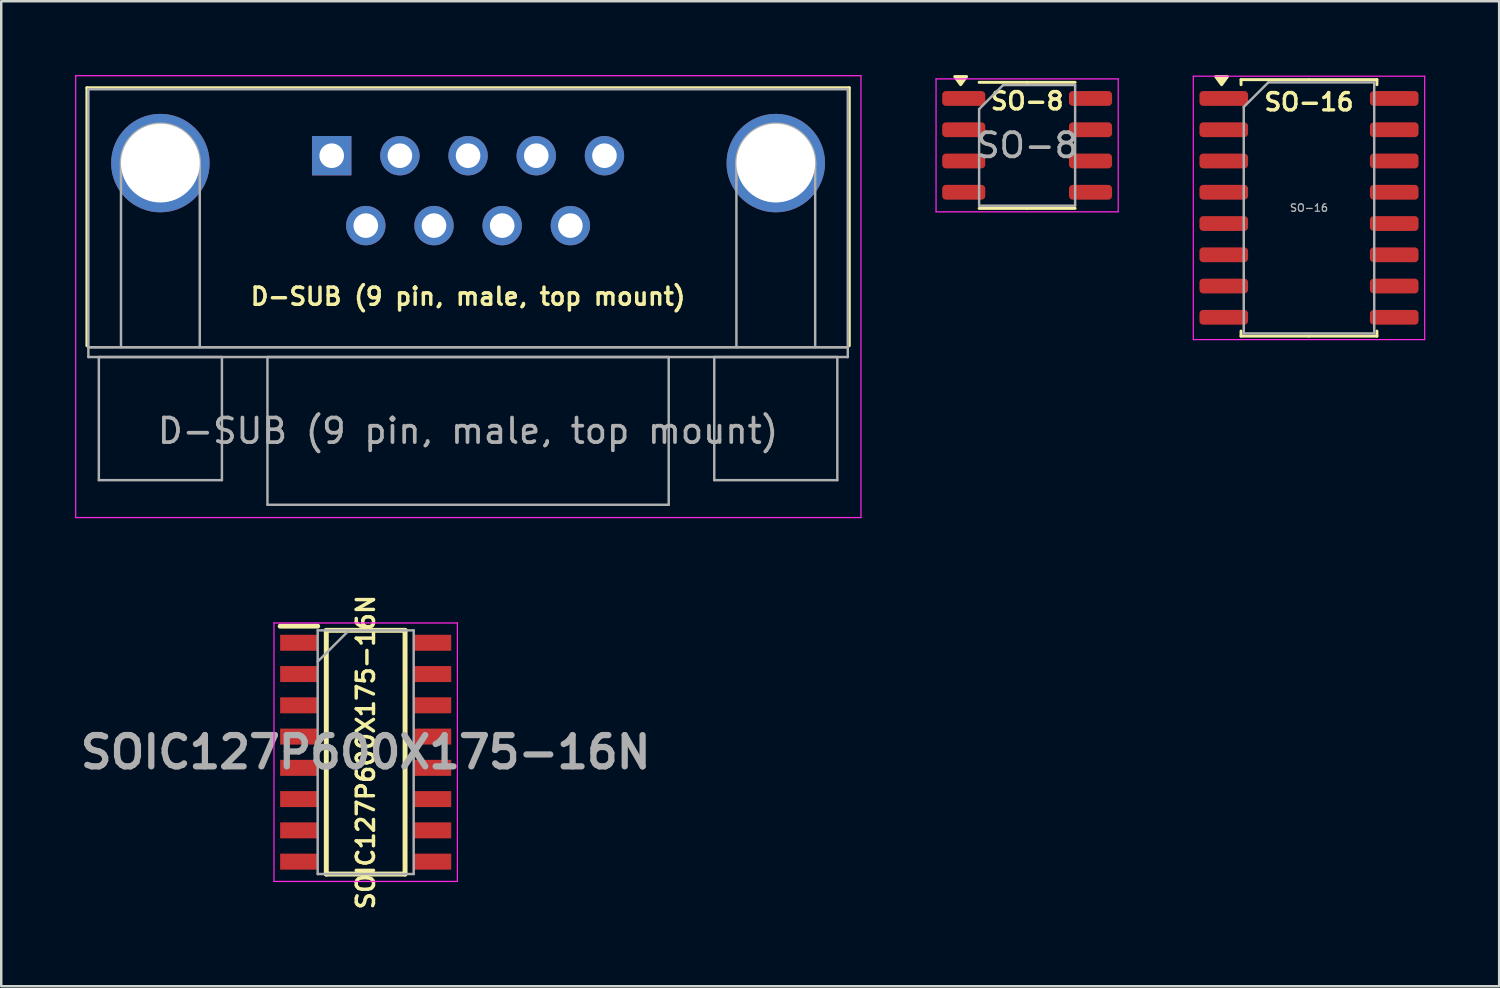
<source format=kicad_pcb>
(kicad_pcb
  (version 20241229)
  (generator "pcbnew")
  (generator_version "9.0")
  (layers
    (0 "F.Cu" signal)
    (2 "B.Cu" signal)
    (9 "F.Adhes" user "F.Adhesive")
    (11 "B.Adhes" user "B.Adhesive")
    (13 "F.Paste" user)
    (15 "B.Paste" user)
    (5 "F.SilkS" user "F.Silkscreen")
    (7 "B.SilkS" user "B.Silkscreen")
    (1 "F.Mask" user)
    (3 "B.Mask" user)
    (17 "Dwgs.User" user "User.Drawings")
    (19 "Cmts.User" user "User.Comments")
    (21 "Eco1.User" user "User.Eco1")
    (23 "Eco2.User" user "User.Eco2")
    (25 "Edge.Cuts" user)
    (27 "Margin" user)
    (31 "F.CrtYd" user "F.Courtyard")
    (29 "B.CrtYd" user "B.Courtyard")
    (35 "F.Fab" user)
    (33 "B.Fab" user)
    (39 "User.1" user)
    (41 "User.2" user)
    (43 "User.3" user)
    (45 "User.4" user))
  (footprint "SO-16"
    (layer "F.Cu")
    (at 50.125 5.395)
    (property "Reference" "SO-16" (at 0 -4.3 0) (layer "F.SilkS") (effects (font (size 0.7 0.7) (thickness 0.14) (bold yes))))
    (attr smd)
    (fp_line (start -2.76 -5.21) (end -2.76 -5.005) (stroke (width 0.12) (type solid)) (layer "F.SilkS"))
    (fp_line (start -2.76 5.21) (end -2.76 5.005) (stroke (width 0.12) (type solid)) (layer "F.SilkS"))
    (fp_line (start 0 -5.21) (end -2.76 -5.21) (stroke (width 0.12) (type solid)) (layer "F.SilkS"))
    (fp_line (start 0 -5.21) (end 2.76 -5.21) (stroke (width 0.12) (type solid)) (layer "F.SilkS"))
    (fp_line (start 0 5.21) (end -2.76 5.21) (stroke (width 0.12) (type solid)) (layer "F.SilkS"))
    (fp_line (start 0 5.21) (end 2.76 5.21) (stroke (width 0.12) (type solid)) (layer "F.SilkS"))
    (fp_line (start 2.76 -5.21) (end 2.76 -5.005) (stroke (width 0.12) (type solid)) (layer "F.SilkS"))
    (fp_line (start 2.76 5.21) (end 2.76 5.005) (stroke (width 0.12) (type solid)) (layer "F.SilkS"))
    (fp_poly (pts (xy -3.55 -5.005) (xy -3.79 -5.335) (xy -3.31 -5.335) (xy -3.55 -5.005)) (stroke (width 0.12) (type solid)) (fill yes) (layer "F.SilkS"))
    (fp_line (start -4.7 -5.35) (end -4.7 5.35) (stroke (width 0.05) (type solid)) (layer "F.CrtYd"))
    (fp_line (start -4.7 5.35) (end 4.7 5.35) (stroke (width 0.05) (type solid)) (layer "F.CrtYd"))
    (fp_line (start 4.7 -5.35) (end -4.7 -5.35) (stroke (width 0.05) (type solid)) (layer "F.CrtYd"))
    (fp_line (start 4.7 5.35) (end 4.7 -5.35) (stroke (width 0.05) (type solid)) (layer "F.CrtYd"))
    (fp_line (start -2.65 -4.1) (end -1.65 -5.1) (stroke (width 0.1) (type solid)) (layer "F.Fab"))
    (fp_line (start -2.65 5.1) (end -2.65 -4.1) (stroke (width 0.1) (type solid)) (layer "F.Fab"))
    (fp_line (start -1.65 -5.1) (end 2.65 -5.1) (stroke (width 0.1) (type solid)) (layer "F.Fab"))
    (fp_line (start 2.65 -5.1) (end 2.65 5.1) (stroke (width 0.1) (type solid)) (layer "F.Fab"))
    (fp_line (start 2.65 5.1) (end -2.65 5.1) (stroke (width 0.1) (type solid)) (layer "F.Fab"))
    (fp_text user "${REFERENCE}" (at 0 0 0) (layer "F.Fab") (effects (font (size 0.3 0.3) (thickness 0.05) (bold yes))))
    (pad "1" smd roundrect (at -3.462 -4.445) (size 1.975 0.6) (layers "F.Cu" "F.Mask" "F.Paste") (roundrect_rratio 0.25))
    (pad "2" smd roundrect (at -3.462 -3.175) (size 1.975 0.6) (layers "F.Cu" "F.Mask" "F.Paste") (roundrect_rratio 0.25))
    (pad "3" smd roundrect (at -3.462 -1.905) (size 1.975 0.6) (layers "F.Cu" "F.Mask" "F.Paste") (roundrect_rratio 0.25))
    (pad "4" smd roundrect (at -3.462 -0.635) (size 1.975 0.6) (layers "F.Cu" "F.Mask" "F.Paste") (roundrect_rratio 0.25))
    (pad "5" smd roundrect (at -3.462 0.635) (size 1.975 0.6) (layers "F.Cu" "F.Mask" "F.Paste") (roundrect_rratio 0.25))
    (pad "6" smd roundrect (at -3.462 1.905) (size 1.975 0.6) (layers "F.Cu" "F.Mask" "F.Paste") (roundrect_rratio 0.25))
    (pad "7" smd roundrect (at -3.462 3.175) (size 1.975 0.6) (layers "F.Cu" "F.Mask" "F.Paste") (roundrect_rratio 0.25))
    (pad "8" smd roundrect (at -3.462 4.445) (size 1.975 0.6) (layers "F.Cu" "F.Mask" "F.Paste") (roundrect_rratio 0.25))
    (pad "9" smd roundrect (at 3.462 4.445) (size 1.975 0.6) (layers "F.Cu" "F.Mask" "F.Paste") (roundrect_rratio 0.25))
    (pad "10" smd roundrect (at 3.462 3.175) (size 1.975 0.6) (layers "F.Cu" "F.Mask" "F.Paste") (roundrect_rratio 0.25))
    (pad "11" smd roundrect (at 3.462 1.905) (size 1.975 0.6) (layers "F.Cu" "F.Mask" "F.Paste") (roundrect_rratio 0.25))
    (pad "12" smd roundrect (at 3.462 0.635) (size 1.975 0.6) (layers "F.Cu" "F.Mask" "F.Paste") (roundrect_rratio 0.25))
    (pad "13" smd roundrect (at 3.462 -0.635) (size 1.975 0.6) (layers "F.Cu" "F.Mask" "F.Paste") (roundrect_rratio 0.25))
    (pad "14" smd roundrect (at 3.462 -1.905) (size 1.975 0.6) (layers "F.Cu" "F.Mask" "F.Paste") (roundrect_rratio 0.25))
    (pad "15" smd roundrect (at 3.462 -3.175) (size 1.975 0.6) (layers "F.Cu" "F.Mask" "F.Paste") (roundrect_rratio 0.25))
    (pad "16" smd roundrect (at 3.462 -4.445) (size 1.975 0.6) (layers "F.Cu" "F.Mask" "F.Paste") (roundrect_rratio 0.25)))
  (footprint "SOIC127P600X175-16N"
    (layer "F.Cu")
    (at 11.805 27.507)
    (property "Reference" "SOIC127P600X175-16N" (at 0 0 90) (layer "F.SilkS") (effects (font (size 0.7 0.7) (thickness 0.14) (bold yes))))
    (attr smd)
    (fp_line (start -3.475 -5.12) (end -1.95 -5.12) (stroke (width 0.2) (type solid)) (layer "F.SilkS"))
    (fp_line (start -1.6 -4.95) (end 1.6 -4.95) (stroke (width 0.2) (type solid)) (layer "F.SilkS"))
    (fp_line (start -1.6 4.95) (end -1.6 -4.95) (stroke (width 0.2) (type solid)) (layer "F.SilkS"))
    (fp_line (start 1.6 -4.95) (end 1.6 4.95) (stroke (width 0.2) (type solid)) (layer "F.SilkS"))
    (fp_line (start 1.6 4.95) (end -1.6 4.95) (stroke (width 0.2) (type solid)) (layer "F.SilkS"))
    (fp_line (start -3.725 -5.25) (end 3.725 -5.25) (stroke (width 0.05) (type solid)) (layer "F.CrtYd"))
    (fp_line (start -3.725 5.25) (end -3.725 -5.25) (stroke (width 0.05) (type solid)) (layer "F.CrtYd"))
    (fp_line (start 3.725 -5.25) (end 3.725 5.25) (stroke (width 0.05) (type solid)) (layer "F.CrtYd"))
    (fp_line (start 3.725 5.25) (end -3.725 5.25) (stroke (width 0.05) (type solid)) (layer "F.CrtYd"))
    (fp_line (start -1.95 -4.95) (end 1.95 -4.95) (stroke (width 0.1) (type solid)) (layer "F.Fab"))
    (fp_line (start -1.95 -3.68) (end -0.68 -4.95) (stroke (width 0.1) (type solid)) (layer "F.Fab"))
    (fp_line (start -1.95 4.95) (end -1.95 -4.95) (stroke (width 0.1) (type solid)) (layer "F.Fab"))
    (fp_line (start 1.95 -4.95) (end 1.95 4.95) (stroke (width 0.1) (type solid)) (layer "F.Fab"))
    (fp_line (start 1.95 4.95) (end -1.95 4.95) (stroke (width 0.1) (type solid)) (layer "F.Fab"))
    (fp_text user "${REFERENCE}" (at 0 0 0) (layer "F.Fab") (effects (font (size 1.27 1.27) (thickness 0.254))))
    (pad "1" smd rect (at -2.712 -4.445 90) (size 0.65 1.525) (layers "F.Cu" "F.Mask" "F.Paste"))
    (pad "2" smd rect (at -2.712 -3.175 90) (size 0.65 1.525) (layers "F.Cu" "F.Mask" "F.Paste"))
    (pad "3" smd rect (at -2.712 -1.905 90) (size 0.65 1.525) (layers "F.Cu" "F.Mask" "F.Paste"))
    (pad "4" smd rect (at -2.712 -0.635 90) (size 0.65 1.525) (layers "F.Cu" "F.Mask" "F.Paste"))
    (pad "5" smd rect (at -2.712 0.635 90) (size 0.65 1.525) (layers "F.Cu" "F.Mask" "F.Paste"))
    (pad "6" smd rect (at -2.712 1.905 90) (size 0.65 1.525) (layers "F.Cu" "F.Mask" "F.Paste"))
    (pad "7" smd rect (at -2.712 3.175 90) (size 0.65 1.525) (layers "F.Cu" "F.Mask" "F.Paste"))
    (pad "8" smd rect (at -2.712 4.445 90) (size 0.65 1.525) (layers "F.Cu" "F.Mask" "F.Paste"))
    (pad "9" smd rect (at 2.712 4.445 90) (size 0.65 1.525) (layers "F.Cu" "F.Mask" "F.Paste"))
    (pad "10" smd rect (at 2.712 3.175 90) (size 0.65 1.525) (layers "F.Cu" "F.Mask" "F.Paste"))
    (pad "11" smd rect (at 2.712 1.905 90) (size 0.65 1.525) (layers "F.Cu" "F.Mask" "F.Paste"))
    (pad "12" smd rect (at 2.712 0.635 90) (size 0.65 1.525) (layers "F.Cu" "F.Mask" "F.Paste"))
    (pad "13" smd rect (at 2.712 -0.635 90) (size 0.65 1.525) (layers "F.Cu" "F.Mask" "F.Paste"))
    (pad "14" smd rect (at 2.712 -1.905 90) (size 0.65 1.525) (layers "F.Cu" "F.Mask" "F.Paste"))
    (pad "15" smd rect (at 2.712 -3.175 90) (size 0.65 1.525) (layers "F.Cu" "F.Mask" "F.Paste"))
    (pad "16" smd rect (at 2.712 -4.445 90) (size 0.65 1.525) (layers "F.Cu" "F.Mask" "F.Paste")))
  (footprint "SO-8"
    (layer "F.Cu")
    (at 38.675 2.855)
    (property "Reference" "SO-8" (at 0 -1.8 0) (layer "F.SilkS") (effects (font (size 0.7 0.7) (thickness 0.14) (bold yes))))
    (attr smd)
    (fp_line (start 0 -2.56) (end -1.95 -2.56) (stroke (width 0.12) (type solid)) (layer "F.SilkS"))
    (fp_line (start 0 -2.56) (end 1.95 -2.56) (stroke (width 0.12) (type solid)) (layer "F.SilkS"))
    (fp_line (start 0 2.56) (end -1.95 2.56) (stroke (width 0.12) (type solid)) (layer "F.SilkS"))
    (fp_line (start 0 2.56) (end 1.95 2.56) (stroke (width 0.12) (type solid)) (layer "F.SilkS"))
    (fp_poly (pts (xy -2.7 -2.465) (xy -2.94 -2.795) (xy -2.46 -2.795) (xy -2.7 -2.465)) (stroke (width 0.12) (type solid)) (fill yes) (layer "F.SilkS"))
    (fp_line (start -3.7 -2.7) (end -3.7 2.7) (stroke (width 0.05) (type solid)) (layer "F.CrtYd"))
    (fp_line (start -3.7 2.7) (end 3.7 2.7) (stroke (width 0.05) (type solid)) (layer "F.CrtYd"))
    (fp_line (start 3.7 -2.7) (end -3.7 -2.7) (stroke (width 0.05) (type solid)) (layer "F.CrtYd"))
    (fp_line (start 3.7 2.7) (end 3.7 -2.7) (stroke (width 0.05) (type solid)) (layer "F.CrtYd"))
    (fp_line (start -1.95 -1.475) (end -0.975 -2.45) (stroke (width 0.1) (type solid)) (layer "F.Fab"))
    (fp_line (start -1.95 2.45) (end -1.95 -1.475) (stroke (width 0.1) (type solid)) (layer "F.Fab"))
    (fp_line (start -0.975 -2.45) (end 1.95 -2.45) (stroke (width 0.1) (type solid)) (layer "F.Fab"))
    (fp_line (start 1.95 -2.45) (end 1.95 2.45) (stroke (width 0.1) (type solid)) (layer "F.Fab"))
    (fp_line (start 1.95 2.45) (end -1.95 2.45) (stroke (width 0.1) (type solid)) (layer "F.Fab"))
    (fp_text user "${REFERENCE}" (at 0 0 0) (layer "F.Fab") (effects (font (size 0.98 0.98) (thickness 0.15))))
    (pad "1" smd roundrect (at -2.575 -1.905) (size 1.75 0.6) (layers "F.Cu" "F.Mask" "F.Paste") (roundrect_rratio 0.25))
    (pad "2" smd roundrect (at -2.575 -0.635) (size 1.75 0.6) (layers "F.Cu" "F.Mask" "F.Paste") (roundrect_rratio 0.25))
    (pad "3" smd roundrect (at -2.575 0.635) (size 1.75 0.6) (layers "F.Cu" "F.Mask" "F.Paste") (roundrect_rratio 0.25))
    (pad "4" smd roundrect (at -2.575 1.905) (size 1.75 0.6) (layers "F.Cu" "F.Mask" "F.Paste") (roundrect_rratio 0.25))
    (pad "5" smd roundrect (at 2.575 1.905) (size 1.75 0.6) (layers "F.Cu" "F.Mask" "F.Paste") (roundrect_rratio 0.25))
    (pad "6" smd roundrect (at 2.575 0.635) (size 1.75 0.6) (layers "F.Cu" "F.Mask" "F.Paste") (roundrect_rratio 0.25))
    (pad "7" smd roundrect (at 2.575 -0.635) (size 1.75 0.6) (layers "F.Cu" "F.Mask" "F.Paste") (roundrect_rratio 0.25))
    (pad "8" smd roundrect (at 2.575 -1.905) (size 1.75 0.6) (layers "F.Cu" "F.Mask" "F.Paste") (roundrect_rratio 0.25)))
  (footprint "D-SUB (9 pin, male, top mount)"
    (layer "F.Cu")
    (at 10.425 3.275)
    (property "Reference" "D-SUB (9 pin, male, top mount)" (at 5.54 5.72 0) (layer "F.SilkS") (effects (font (size 0.7 0.7) (thickness 0.14) (bold yes))))
    (attr through_hole)
    (fp_line (start -9.945 -2.76) (end 21.025 -2.76) (stroke (width 0.12) (type solid)) (layer "F.SilkS"))
    (fp_line (start -9.945 7.72) (end -9.945 -2.76) (stroke (width 0.12) (type solid)) (layer "F.SilkS"))
    (fp_line (start 21.025 -2.76) (end 21.025 7.72) (stroke (width 0.12) (type solid)) (layer "F.SilkS"))
    (fp_line (start -10.4 -3.25) (end -10.4 14.7) (stroke (width 0.05) (type solid)) (layer "F.CrtYd"))
    (fp_line (start -10.4 14.7) (end 21.5 14.7) (stroke (width 0.05) (type solid)) (layer "F.CrtYd"))
    (fp_line (start 21.5 -3.25) (end -10.4 -3.25) (stroke (width 0.05) (type solid)) (layer "F.CrtYd"))
    (fp_line (start 21.5 14.7) (end 21.5 -3.25) (stroke (width 0.05) (type solid)) (layer "F.CrtYd"))
    (fp_line (start -9.885 -2.7) (end -9.885 7.78) (stroke (width 0.1) (type solid)) (layer "F.Fab"))
    (fp_line (start -9.885 7.78) (end -9.885 8.18) (stroke (width 0.1) (type solid)) (layer "F.Fab"))
    (fp_line (start -9.885 7.78) (end 20.965 7.78) (stroke (width 0.1) (type solid)) (layer "F.Fab"))
    (fp_line (start -9.885 8.18) (end 20.965 8.18) (stroke (width 0.1) (type solid)) (layer "F.Fab"))
    (fp_line (start -9.46 8.18) (end -9.46 13.18) (stroke (width 0.1) (type solid)) (layer "F.Fab"))
    (fp_line (start -9.46 13.18) (end -4.46 13.18) (stroke (width 0.1) (type solid)) (layer "F.Fab"))
    (fp_line (start -8.56 7.78) (end -8.56 0.3) (stroke (width 0.1) (type solid)) (layer "F.Fab"))
    (fp_line (start -5.36 7.78) (end -5.36 0.3) (stroke (width 0.1) (type solid)) (layer "F.Fab"))
    (fp_line (start -4.46 8.18) (end -9.46 8.18) (stroke (width 0.1) (type solid)) (layer "F.Fab"))
    (fp_line (start -4.46 13.18) (end -4.46 8.18) (stroke (width 0.1) (type solid)) (layer "F.Fab"))
    (fp_line (start -2.61 8.18) (end -2.61 14.18) (stroke (width 0.1) (type solid)) (layer "F.Fab"))
    (fp_line (start -2.61 14.18) (end 13.69 14.18) (stroke (width 0.1) (type solid)) (layer "F.Fab"))
    (fp_line (start 13.69 8.18) (end -2.61 8.18) (stroke (width 0.1) (type solid)) (layer "F.Fab"))
    (fp_line (start 13.69 14.18) (end 13.69 8.18) (stroke (width 0.1) (type solid)) (layer "F.Fab"))
    (fp_line (start 15.54 8.18) (end 15.54 13.18) (stroke (width 0.1) (type solid)) (layer "F.Fab"))
    (fp_line (start 15.54 13.18) (end 20.54 13.18) (stroke (width 0.1) (type solid)) (layer "F.Fab"))
    (fp_line (start 16.44 7.78) (end 16.44 0.3) (stroke (width 0.1) (type solid)) (layer "F.Fab"))
    (fp_line (start 19.64 7.78) (end 19.64 0.3) (stroke (width 0.1) (type solid)) (layer "F.Fab"))
    (fp_line (start 20.54 8.18) (end 15.54 8.18) (stroke (width 0.1) (type solid)) (layer "F.Fab"))
    (fp_line (start 20.54 13.18) (end 20.54 8.18) (stroke (width 0.1) (type solid)) (layer "F.Fab"))
    (fp_line (start 20.965 -2.7) (end -9.885 -2.7) (stroke (width 0.1) (type solid)) (layer "F.Fab"))
    (fp_line (start 20.965 7.78) (end -9.885 7.78) (stroke (width 0.1) (type solid)) (layer "F.Fab"))
    (fp_line (start 20.965 7.78) (end 20.965 -2.7) (stroke (width 0.1) (type solid)) (layer "F.Fab"))
    (fp_line (start 20.965 8.18) (end 20.965 7.78) (stroke (width 0.1) (type solid)) (layer "F.Fab"))
    (fp_arc (start -8.56 0.3) (mid -6.96 -1.3) (end -5.36 0.3) (stroke (width 0.1) (type solid)) (layer "F.Fab"))
    (fp_arc (start 16.44 0.3) (mid 18.04 -1.3) (end 19.64 0.3) (stroke (width 0.1) (type solid)) (layer "F.Fab"))
    (fp_text user "${REFERENCE}" (at 5.54 11.18 0) (layer "F.Fab") (effects (font (size 1 1) (thickness 0.15))))
    (pad "1" thru_hole rect (at 0 0) (size 1.6 1.6) (drill 1) (layers "*.Cu" "*.Mask"))
    (pad "2" thru_hole circle (at 2.77 0) (size 1.6 1.6) (drill 1) (layers "*.Cu" "*.Mask"))
    (pad "3" thru_hole circle (at 5.54 0) (size 1.6 1.6) (drill 1) (layers "*.Cu" "*.Mask"))
    (pad "4" thru_hole circle (at 8.31 0) (size 1.6 1.6) (drill 1) (layers "*.Cu" "*.Mask"))
    (pad "5" thru_hole circle (at -6.96 0.3) (size 4 4) (drill 3.2) (layers "*.Cu" "*.Mask"))
    (pad "5" thru_hole circle (at 11.08 0) (size 1.6 1.6) (drill 1) (layers "*.Cu" "*.Mask"))
    (pad "5" thru_hole circle (at 18.04 0.3) (size 4 4) (drill 3.2) (layers "*.Cu" "*.Mask"))
    (pad "6" thru_hole circle (at 1.385 2.84) (size 1.6 1.6) (drill 1) (layers "*.Cu" "*.Mask"))
    (pad "7" thru_hole circle (at 4.155 2.84) (size 1.6 1.6) (drill 1) (layers "*.Cu" "*.Mask"))
    (pad "8" thru_hole circle (at 6.925 2.84) (size 1.6 1.6) (drill 1) (layers "*.Cu" "*.Mask"))
    (pad "9" thru_hole circle (at 9.695 2.84) (size 1.6 1.6) (drill 1) (layers "*.Cu" "*.Mask")))
  (gr_rect
    (start -3 -3)
    (end 57.85 37.013)
    (stroke (width 0.1) (type default))
    (fill no)
    (layer "Edge.Cuts")))
</source>
